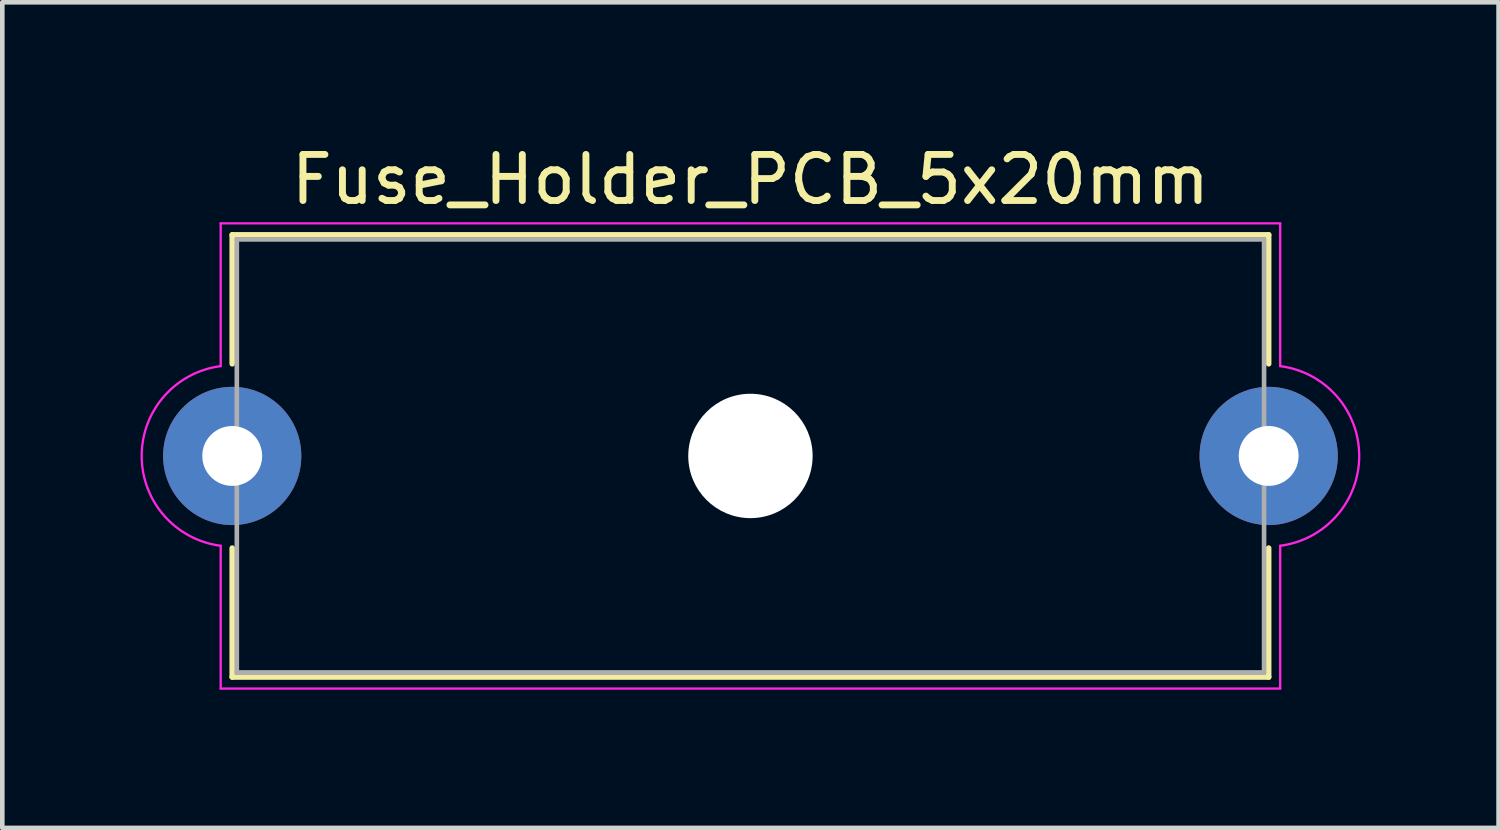
<source format=kicad_pcb>
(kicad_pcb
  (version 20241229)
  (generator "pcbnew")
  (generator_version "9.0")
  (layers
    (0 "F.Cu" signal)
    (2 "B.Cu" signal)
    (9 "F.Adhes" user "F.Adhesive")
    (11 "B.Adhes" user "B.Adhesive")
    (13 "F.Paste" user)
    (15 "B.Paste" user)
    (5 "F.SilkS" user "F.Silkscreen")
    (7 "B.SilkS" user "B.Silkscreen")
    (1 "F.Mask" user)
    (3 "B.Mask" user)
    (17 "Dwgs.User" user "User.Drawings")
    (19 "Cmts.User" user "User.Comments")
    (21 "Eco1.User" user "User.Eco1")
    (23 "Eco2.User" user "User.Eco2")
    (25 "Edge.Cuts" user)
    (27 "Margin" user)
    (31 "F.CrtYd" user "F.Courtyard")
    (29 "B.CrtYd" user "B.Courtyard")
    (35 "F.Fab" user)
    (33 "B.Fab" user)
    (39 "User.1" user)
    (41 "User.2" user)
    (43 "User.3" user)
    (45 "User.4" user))
  (footprint "Fuse_Holder_PCB_5x20mm"
    (layer "F.Cu")
    (at 1.991 6.848)
    (property "Reference" "Fuse_Holder_PCB_5x20mm" (at 11.25 -6 0) (layer "F.SilkS") (effects (font (size 1 1) (thickness 0.15))))
    (attr through_hole)
    (fp_line (start 0 -4.8) (end 22.5 -4.8) (stroke (width 0.12) (type solid)) (layer "F.SilkS"))
    (fp_line (start 0 -2) (end 0 -4.8) (stroke (width 0.12) (type solid)) (layer "F.SilkS"))
    (fp_line (start 0 4.8) (end 0 2) (stroke (width 0.12) (type solid)) (layer "F.SilkS"))
    (fp_line (start 0 4.8) (end 22.5 4.8) (stroke (width 0.12) (type solid)) (layer "F.SilkS"))
    (fp_line (start 22.5 -2) (end 22.5 -4.8) (stroke (width 0.12) (type solid)) (layer "F.SilkS"))
    (fp_line (start 22.5 4.8) (end 22.5 2) (stroke (width 0.12) (type solid)) (layer "F.SilkS"))
    (fp_line (start -0.25 -5.05) (end 22.75 -5.05) (stroke (width 0.05) (type solid)) (layer "F.CrtYd"))
    (fp_line (start -0.25 -1.95) (end -0.25 -5.05) (stroke (width 0.05) (type solid)) (layer "F.CrtYd"))
    (fp_line (start -0.25 5.05) (end -0.25 1.95) (stroke (width 0.05) (type solid)) (layer "F.CrtYd"))
    (fp_line (start 22.75 -1.95) (end 22.75 -5.05) (stroke (width 0.05) (type solid)) (layer "F.CrtYd"))
    (fp_line (start 22.75 1.95) (end 22.75 5.05) (stroke (width 0.05) (type solid)) (layer "F.CrtYd"))
    (fp_line (start 22.75 5.05) (end -0.25 5.05) (stroke (width 0.05) (type solid)) (layer "F.CrtYd"))
    (fp_arc (start -0.25 1.95) (mid -1.96596 0.001518) (end -0.253011 -1.949612) (stroke (width 0.05) (type solid)) (layer "F.CrtYd"))
    (fp_arc (start 22.75 -1.95) (mid 24.46596 -0.001518) (end 22.753011 1.949612) (stroke (width 0.05) (type solid)) (layer "F.CrtYd"))
    (fp_line (start 0.1 -4.7) (end 0.1 4.7) (stroke (width 0.1) (type solid)) (layer "F.Fab"))
    (fp_line (start 0.1 4.7) (end 22.4 4.7) (stroke (width 0.1) (type solid)) (layer "F.Fab"))
    (fp_line (start 22.4 -4.7) (end 0.1 -4.7) (stroke (width 0.1) (type solid)) (layer "F.Fab"))
    (fp_line (start 22.4 4.7) (end 22.4 -4.7) (stroke (width 0.1) (type solid)) (layer "F.Fab"))
    (pad "" np_thru_hole circle (at 11.25 0) (size 2.7 2.7) (drill 2.7) (layers "*.Cu" "*.Mask"))
    (pad "1" thru_hole circle (at 0 0) (size 3 3) (drill 1.3) (layers "*.Cu" "*.Mask"))
    (pad "2" thru_hole circle (at 22.5 0) (size 3 3) (drill 1.3) (layers "*.Cu" "*.Mask")))
  (gr_rect
    (start -3 -3)
    (end 29.482 14.923)
    (stroke (width 0.1) (type default))
    (fill no)
    (layer "Edge.Cuts")))
</source>
